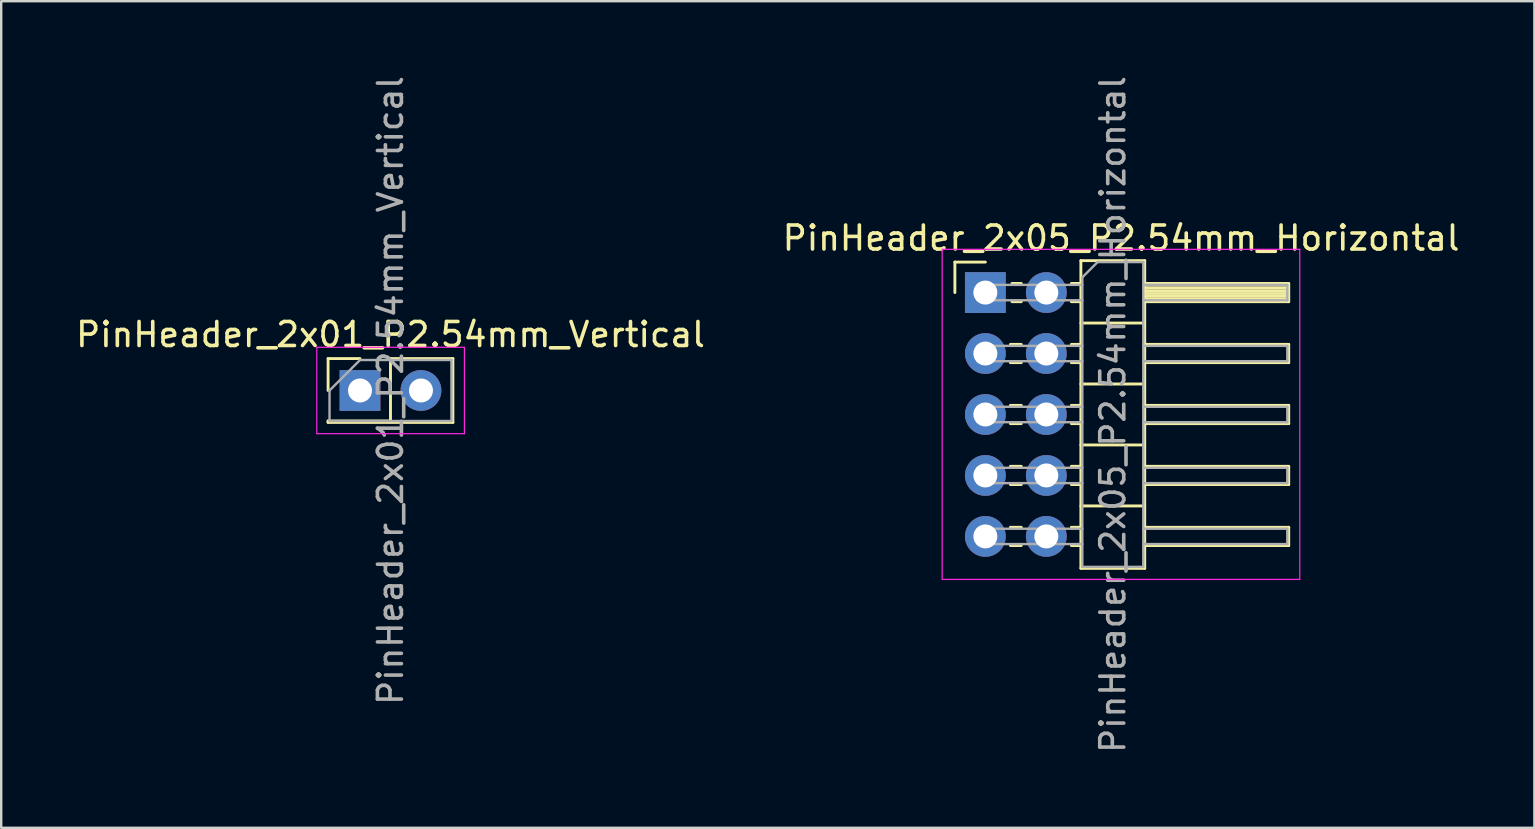
<source format=kicad_pcb>
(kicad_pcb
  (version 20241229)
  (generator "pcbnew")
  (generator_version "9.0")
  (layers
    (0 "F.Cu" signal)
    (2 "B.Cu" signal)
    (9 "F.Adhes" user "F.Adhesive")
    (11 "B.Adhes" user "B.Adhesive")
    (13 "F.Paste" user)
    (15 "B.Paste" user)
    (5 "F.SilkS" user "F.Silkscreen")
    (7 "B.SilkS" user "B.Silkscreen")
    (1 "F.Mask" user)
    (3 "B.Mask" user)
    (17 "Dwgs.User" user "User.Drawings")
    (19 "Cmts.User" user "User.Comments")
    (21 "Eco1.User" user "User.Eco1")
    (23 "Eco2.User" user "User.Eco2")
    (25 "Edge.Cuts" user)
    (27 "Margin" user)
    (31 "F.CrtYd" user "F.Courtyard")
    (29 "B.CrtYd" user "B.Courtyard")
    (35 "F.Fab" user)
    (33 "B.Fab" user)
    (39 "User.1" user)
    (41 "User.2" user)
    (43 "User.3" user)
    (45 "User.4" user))
  (footprint "PinHeader_2x05_P2.54mm_Horizontal"
    (layer "F.Cu")
    (at 38.006 9.14)
    (property "Reference" "PinHeader_2x05_P2.54mm_Horizontal" (at 5.655 -2.27 0) (layer "F.SilkS") (effects (font (size 1 1) (thickness 0.15))))
    (attr through_hole)
    (fp_line (start -1.27 -1.27) (end 0 -1.27) (stroke (width 0.12) (type solid)) (layer "F.SilkS"))
    (fp_line (start -1.27 0) (end -1.27 -1.27) (stroke (width 0.12) (type solid)) (layer "F.SilkS"))
    (fp_line (start 1.043 2.16) (end 1.497 2.16) (stroke (width 0.12) (type solid)) (layer "F.SilkS"))
    (fp_line (start 1.043 2.92) (end 1.497 2.92) (stroke (width 0.12) (type solid)) (layer "F.SilkS"))
    (fp_line (start 1.043 4.7) (end 1.497 4.7) (stroke (width 0.12) (type solid)) (layer "F.SilkS"))
    (fp_line (start 1.043 5.46) (end 1.497 5.46) (stroke (width 0.12) (type solid)) (layer "F.SilkS"))
    (fp_line (start 1.043 7.24) (end 1.497 7.24) (stroke (width 0.12) (type solid)) (layer "F.SilkS"))
    (fp_line (start 1.043 8) (end 1.497 8) (stroke (width 0.12) (type solid)) (layer "F.SilkS"))
    (fp_line (start 1.043 9.78) (end 1.497 9.78) (stroke (width 0.12) (type solid)) (layer "F.SilkS"))
    (fp_line (start 1.043 10.54) (end 1.497 10.54) (stroke (width 0.12) (type solid)) (layer "F.SilkS"))
    (fp_line (start 1.11 -0.38) (end 1.497 -0.38) (stroke (width 0.12) (type solid)) (layer "F.SilkS"))
    (fp_line (start 1.11 0.38) (end 1.497 0.38) (stroke (width 0.12) (type solid)) (layer "F.SilkS"))
    (fp_line (start 3.583 -0.38) (end 3.98 -0.38) (stroke (width 0.12) (type solid)) (layer "F.SilkS"))
    (fp_line (start 3.583 0.38) (end 3.98 0.38) (stroke (width 0.12) (type solid)) (layer "F.SilkS"))
    (fp_line (start 3.583 2.16) (end 3.98 2.16) (stroke (width 0.12) (type solid)) (layer "F.SilkS"))
    (fp_line (start 3.583 2.92) (end 3.98 2.92) (stroke (width 0.12) (type solid)) (layer "F.SilkS"))
    (fp_line (start 3.583 4.7) (end 3.98 4.7) (stroke (width 0.12) (type solid)) (layer "F.SilkS"))
    (fp_line (start 3.583 5.46) (end 3.98 5.46) (stroke (width 0.12) (type solid)) (layer "F.SilkS"))
    (fp_line (start 3.583 7.24) (end 3.98 7.24) (stroke (width 0.12) (type solid)) (layer "F.SilkS"))
    (fp_line (start 3.583 8) (end 3.98 8) (stroke (width 0.12) (type solid)) (layer "F.SilkS"))
    (fp_line (start 3.583 9.78) (end 3.98 9.78) (stroke (width 0.12) (type solid)) (layer "F.SilkS"))
    (fp_line (start 3.583 10.54) (end 3.98 10.54) (stroke (width 0.12) (type solid)) (layer "F.SilkS"))
    (fp_line (start 3.98 -1.33) (end 3.98 11.49) (stroke (width 0.12) (type solid)) (layer "F.SilkS"))
    (fp_line (start 3.98 1.27) (end 6.64 1.27) (stroke (width 0.12) (type solid)) (layer "F.SilkS"))
    (fp_line (start 3.98 3.81) (end 6.64 3.81) (stroke (width 0.12) (type solid)) (layer "F.SilkS"))
    (fp_line (start 3.98 6.35) (end 6.64 6.35) (stroke (width 0.12) (type solid)) (layer "F.SilkS"))
    (fp_line (start 3.98 8.89) (end 6.64 8.89) (stroke (width 0.12) (type solid)) (layer "F.SilkS"))
    (fp_line (start 3.98 11.49) (end 6.64 11.49) (stroke (width 0.12) (type solid)) (layer "F.SilkS"))
    (fp_line (start 6.64 -1.33) (end 3.98 -1.33) (stroke (width 0.12) (type solid)) (layer "F.SilkS"))
    (fp_line (start 6.64 -0.38) (end 12.64 -0.38) (stroke (width 0.12) (type solid)) (layer "F.SilkS"))
    (fp_line (start 6.64 -0.32) (end 12.64 -0.32) (stroke (width 0.12) (type solid)) (layer "F.SilkS"))
    (fp_line (start 6.64 -0.2) (end 12.64 -0.2) (stroke (width 0.12) (type solid)) (layer "F.SilkS"))
    (fp_line (start 6.64 -0.08) (end 12.64 -0.08) (stroke (width 0.12) (type solid)) (layer "F.SilkS"))
    (fp_line (start 6.64 0.04) (end 12.64 0.04) (stroke (width 0.12) (type solid)) (layer "F.SilkS"))
    (fp_line (start 6.64 0.16) (end 12.64 0.16) (stroke (width 0.12) (type solid)) (layer "F.SilkS"))
    (fp_line (start 6.64 0.28) (end 12.64 0.28) (stroke (width 0.12) (type solid)) (layer "F.SilkS"))
    (fp_line (start 6.64 2.16) (end 12.64 2.16) (stroke (width 0.12) (type solid)) (layer "F.SilkS"))
    (fp_line (start 6.64 4.7) (end 12.64 4.7) (stroke (width 0.12) (type solid)) (layer "F.SilkS"))
    (fp_line (start 6.64 7.24) (end 12.64 7.24) (stroke (width 0.12) (type solid)) (layer "F.SilkS"))
    (fp_line (start 6.64 9.78) (end 12.64 9.78) (stroke (width 0.12) (type solid)) (layer "F.SilkS"))
    (fp_line (start 6.64 11.49) (end 6.64 -1.33) (stroke (width 0.12) (type solid)) (layer "F.SilkS"))
    (fp_line (start 12.64 -0.38) (end 12.64 0.38) (stroke (width 0.12) (type solid)) (layer "F.SilkS"))
    (fp_line (start 12.64 0.38) (end 6.64 0.38) (stroke (width 0.12) (type solid)) (layer "F.SilkS"))
    (fp_line (start 12.64 2.16) (end 12.64 2.92) (stroke (width 0.12) (type solid)) (layer "F.SilkS"))
    (fp_line (start 12.64 2.92) (end 6.64 2.92) (stroke (width 0.12) (type solid)) (layer "F.SilkS"))
    (fp_line (start 12.64 4.7) (end 12.64 5.46) (stroke (width 0.12) (type solid)) (layer "F.SilkS"))
    (fp_line (start 12.64 5.46) (end 6.64 5.46) (stroke (width 0.12) (type solid)) (layer "F.SilkS"))
    (fp_line (start 12.64 7.24) (end 12.64 8) (stroke (width 0.12) (type solid)) (layer "F.SilkS"))
    (fp_line (start 12.64 8) (end 6.64 8) (stroke (width 0.12) (type solid)) (layer "F.SilkS"))
    (fp_line (start 12.64 9.78) (end 12.64 10.54) (stroke (width 0.12) (type solid)) (layer "F.SilkS"))
    (fp_line (start 12.64 10.54) (end 6.64 10.54) (stroke (width 0.12) (type solid)) (layer "F.SilkS"))
    (fp_line (start -1.8 -1.8) (end -1.8 11.95) (stroke (width 0.05) (type solid)) (layer "F.CrtYd"))
    (fp_line (start -1.8 11.95) (end 13.1 11.95) (stroke (width 0.05) (type solid)) (layer "F.CrtYd"))
    (fp_line (start 13.1 -1.8) (end -1.8 -1.8) (stroke (width 0.05) (type solid)) (layer "F.CrtYd"))
    (fp_line (start 13.1 11.95) (end 13.1 -1.8) (stroke (width 0.05) (type solid)) (layer "F.CrtYd"))
    (fp_line (start -0.32 -0.32) (end -0.32 0.32) (stroke (width 0.1) (type solid)) (layer "F.Fab"))
    (fp_line (start -0.32 -0.32) (end 4.04 -0.32) (stroke (width 0.1) (type solid)) (layer "F.Fab"))
    (fp_line (start -0.32 0.32) (end 4.04 0.32) (stroke (width 0.1) (type solid)) (layer "F.Fab"))
    (fp_line (start -0.32 2.22) (end -0.32 2.86) (stroke (width 0.1) (type solid)) (layer "F.Fab"))
    (fp_line (start -0.32 2.22) (end 4.04 2.22) (stroke (width 0.1) (type solid)) (layer "F.Fab"))
    (fp_line (start -0.32 2.86) (end 4.04 2.86) (stroke (width 0.1) (type solid)) (layer "F.Fab"))
    (fp_line (start -0.32 4.76) (end -0.32 5.4) (stroke (width 0.1) (type solid)) (layer "F.Fab"))
    (fp_line (start -0.32 4.76) (end 4.04 4.76) (stroke (width 0.1) (type solid)) (layer "F.Fab"))
    (fp_line (start -0.32 5.4) (end 4.04 5.4) (stroke (width 0.1) (type solid)) (layer "F.Fab"))
    (fp_line (start -0.32 7.3) (end -0.32 7.94) (stroke (width 0.1) (type solid)) (layer "F.Fab"))
    (fp_line (start -0.32 7.3) (end 4.04 7.3) (stroke (width 0.1) (type solid)) (layer "F.Fab"))
    (fp_line (start -0.32 7.94) (end 4.04 7.94) (stroke (width 0.1) (type solid)) (layer "F.Fab"))
    (fp_line (start -0.32 9.84) (end -0.32 10.48) (stroke (width 0.1) (type solid)) (layer "F.Fab"))
    (fp_line (start -0.32 9.84) (end 4.04 9.84) (stroke (width 0.1) (type solid)) (layer "F.Fab"))
    (fp_line (start -0.32 10.48) (end 4.04 10.48) (stroke (width 0.1) (type solid)) (layer "F.Fab"))
    (fp_line (start 4.04 -0.635) (end 4.675 -1.27) (stroke (width 0.1) (type solid)) (layer "F.Fab"))
    (fp_line (start 4.04 11.43) (end 4.04 -0.635) (stroke (width 0.1) (type solid)) (layer "F.Fab"))
    (fp_line (start 4.675 -1.27) (end 6.58 -1.27) (stroke (width 0.1) (type solid)) (layer "F.Fab"))
    (fp_line (start 6.58 -1.27) (end 6.58 11.43) (stroke (width 0.1) (type solid)) (layer "F.Fab"))
    (fp_line (start 6.58 -0.32) (end 12.58 -0.32) (stroke (width 0.1) (type solid)) (layer "F.Fab"))
    (fp_line (start 6.58 0.32) (end 12.58 0.32) (stroke (width 0.1) (type solid)) (layer "F.Fab"))
    (fp_line (start 6.58 2.22) (end 12.58 2.22) (stroke (width 0.1) (type solid)) (layer "F.Fab"))
    (fp_line (start 6.58 2.86) (end 12.58 2.86) (stroke (width 0.1) (type solid)) (layer "F.Fab"))
    (fp_line (start 6.58 4.76) (end 12.58 4.76) (stroke (width 0.1) (type solid)) (layer "F.Fab"))
    (fp_line (start 6.58 5.4) (end 12.58 5.4) (stroke (width 0.1) (type solid)) (layer "F.Fab"))
    (fp_line (start 6.58 7.3) (end 12.58 7.3) (stroke (width 0.1) (type solid)) (layer "F.Fab"))
    (fp_line (start 6.58 7.94) (end 12.58 7.94) (stroke (width 0.1) (type solid)) (layer "F.Fab"))
    (fp_line (start 6.58 9.84) (end 12.58 9.84) (stroke (width 0.1) (type solid)) (layer "F.Fab"))
    (fp_line (start 6.58 10.48) (end 12.58 10.48) (stroke (width 0.1) (type solid)) (layer "F.Fab"))
    (fp_line (start 6.58 11.43) (end 4.04 11.43) (stroke (width 0.1) (type solid)) (layer "F.Fab"))
    (fp_line (start 12.58 -0.32) (end 12.58 0.32) (stroke (width 0.1) (type solid)) (layer "F.Fab"))
    (fp_line (start 12.58 2.22) (end 12.58 2.86) (stroke (width 0.1) (type solid)) (layer "F.Fab"))
    (fp_line (start 12.58 4.76) (end 12.58 5.4) (stroke (width 0.1) (type solid)) (layer "F.Fab"))
    (fp_line (start 12.58 7.3) (end 12.58 7.94) (stroke (width 0.1) (type solid)) (layer "F.Fab"))
    (fp_line (start 12.58 9.84) (end 12.58 10.48) (stroke (width 0.1) (type solid)) (layer "F.Fab"))
    (fp_text user "${REFERENCE}" (at 5.31 5.08 90) (layer "F.Fab") (effects (font (size 1 1) (thickness 0.15))))
    (pad "1" thru_hole rect (at 0 0) (size 1.7 1.7) (drill 1) (layers "*.Cu" "*.Mask"))
    (pad "2" thru_hole oval (at 2.54 0) (size 1.7 1.7) (drill 1) (layers "*.Cu" "*.Mask"))
    (pad "3" thru_hole oval (at 0 2.54) (size 1.7 1.7) (drill 1) (layers "*.Cu" "*.Mask"))
    (pad "4" thru_hole oval (at 2.54 2.54) (size 1.7 1.7) (drill 1) (layers "*.Cu" "*.Mask"))
    (pad "5" thru_hole oval (at 0 5.08) (size 1.7 1.7) (drill 1) (layers "*.Cu" "*.Mask"))
    (pad "6" thru_hole oval (at 2.54 5.08) (size 1.7 1.7) (drill 1) (layers "*.Cu" "*.Mask"))
    (pad "7" thru_hole oval (at 0 7.62) (size 1.7 1.7) (drill 1) (layers "*.Cu" "*.Mask"))
    (pad "8" thru_hole oval (at 2.54 7.62) (size 1.7 1.7) (drill 1) (layers "*.Cu" "*.Mask"))
    (pad "9" thru_hole oval (at 0 10.16) (size 1.7 1.7) (drill 1) (layers "*.Cu" "*.Mask"))
    (pad "10" thru_hole oval (at 2.54 10.16) (size 1.7 1.7) (drill 1) (layers "*.Cu" "*.Mask")))
  (footprint "PinHeader_2x01_P2.54mm_Vertical"
    (layer "F.Cu")
    (at 11.95 13.22)
    (property "Reference" "PinHeader_2x01_P2.54mm_Vertical" (at 1.27 -2.33 0) (layer "F.SilkS") (effects (font (size 1 1) (thickness 0.15))))
    (attr through_hole)
    (fp_line (start -1.33 -1.33) (end 0 -1.33) (stroke (width 0.12) (type solid)) (layer "F.SilkS"))
    (fp_line (start -1.33 0) (end -1.33 -1.33) (stroke (width 0.12) (type solid)) (layer "F.SilkS"))
    (fp_line (start -1.33 1.27) (end -1.33 1.33) (stroke (width 0.12) (type solid)) (layer "F.SilkS"))
    (fp_line (start -1.33 1.27) (end 1.27 1.27) (stroke (width 0.12) (type solid)) (layer "F.SilkS"))
    (fp_line (start -1.33 1.33) (end 3.87 1.33) (stroke (width 0.12) (type solid)) (layer "F.SilkS"))
    (fp_line (start 1.27 -1.33) (end 3.87 -1.33) (stroke (width 0.12) (type solid)) (layer "F.SilkS"))
    (fp_line (start 1.27 1.27) (end 1.27 -1.33) (stroke (width 0.12) (type solid)) (layer "F.SilkS"))
    (fp_line (start 3.87 -1.33) (end 3.87 1.33) (stroke (width 0.12) (type solid)) (layer "F.SilkS"))
    (fp_line (start -1.8 -1.8) (end -1.8 1.8) (stroke (width 0.05) (type solid)) (layer "F.CrtYd"))
    (fp_line (start -1.8 1.8) (end 4.35 1.8) (stroke (width 0.05) (type solid)) (layer "F.CrtYd"))
    (fp_line (start 4.35 -1.8) (end -1.8 -1.8) (stroke (width 0.05) (type solid)) (layer "F.CrtYd"))
    (fp_line (start 4.35 1.8) (end 4.35 -1.8) (stroke (width 0.05) (type solid)) (layer "F.CrtYd"))
    (fp_line (start -1.27 0) (end 0 -1.27) (stroke (width 0.1) (type solid)) (layer "F.Fab"))
    (fp_line (start -1.27 1.27) (end -1.27 0) (stroke (width 0.1) (type solid)) (layer "F.Fab"))
    (fp_line (start 0 -1.27) (end 3.81 -1.27) (stroke (width 0.1) (type solid)) (layer "F.Fab"))
    (fp_line (start 3.81 -1.27) (end 3.81 1.27) (stroke (width 0.1) (type solid)) (layer "F.Fab"))
    (fp_line (start 3.81 1.27) (end -1.27 1.27) (stroke (width 0.1) (type solid)) (layer "F.Fab"))
    (fp_text user "${REFERENCE}" (at 1.27 0 90) (layer "F.Fab") (effects (font (size 1 1) (thickness 0.15))))
    (pad "1" thru_hole rect (at 0 0) (size 1.7 1.7) (drill 1) (layers "*.Cu" "*.Mask"))
    (pad "2" thru_hole oval (at 2.54 0) (size 1.7 1.7) (drill 1) (layers "*.Cu" "*.Mask")))
  (gr_rect
    (start -3 -3)
    (end 60.881 31.44)
    (stroke (width 0.1) (type default))
    (fill no)
    (layer "Edge.Cuts")))
</source>
